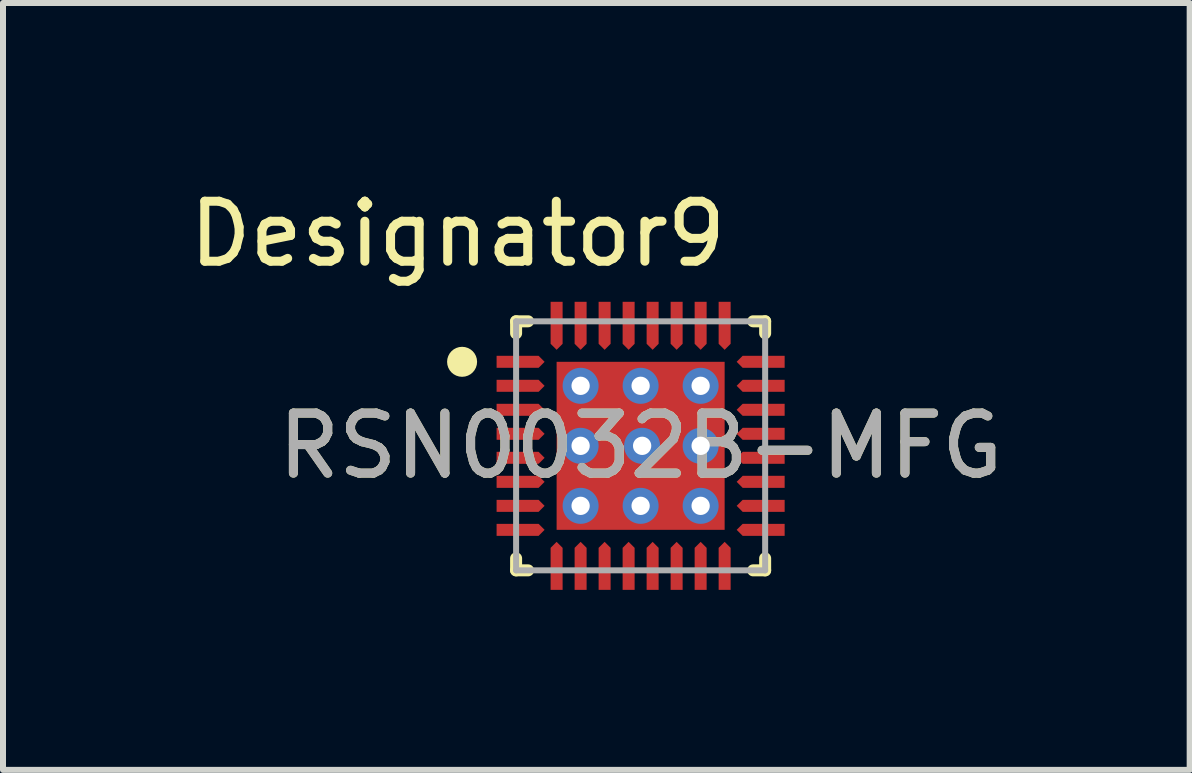
<source format=kicad_pcb>
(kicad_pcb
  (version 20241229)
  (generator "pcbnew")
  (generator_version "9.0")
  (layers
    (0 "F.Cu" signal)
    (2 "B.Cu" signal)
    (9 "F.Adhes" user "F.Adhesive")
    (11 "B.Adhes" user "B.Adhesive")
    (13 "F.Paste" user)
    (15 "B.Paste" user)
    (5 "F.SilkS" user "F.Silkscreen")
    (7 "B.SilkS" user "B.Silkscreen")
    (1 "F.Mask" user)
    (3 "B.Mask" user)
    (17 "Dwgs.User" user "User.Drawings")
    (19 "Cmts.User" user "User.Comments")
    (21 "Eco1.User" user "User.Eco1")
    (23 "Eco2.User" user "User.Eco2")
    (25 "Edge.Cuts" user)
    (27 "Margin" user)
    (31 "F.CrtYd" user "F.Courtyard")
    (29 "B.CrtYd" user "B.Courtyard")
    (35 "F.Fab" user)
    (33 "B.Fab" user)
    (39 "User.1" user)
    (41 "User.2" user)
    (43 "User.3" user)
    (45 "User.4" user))
  (footprint "RSN0032B-MFG"
    (layer "F.Cu")
    (at 7.625 4.379)
    (property "Reference" "RSN0032B-MFG" (at 0 0 0) (unlocked yes) (layer "F.SilkS") (effects (font (size 1 1) (thickness 0.15))))
    (attr smd)
    (fp_poly (pts (xy -2.4 -1.5) (xy -1.7 -1.5) (xy -1.6 -1.4) (xy -1.7 -1.3) (xy -2.4 -1.3)) (stroke (width 0) (type solid)) (fill yes) (layer "F.Cu"))
    (fp_poly (pts (xy -2.4 -1.1) (xy -1.7 -1.1) (xy -1.6 -1) (xy -1.7 -0.9) (xy -2.4 -0.9)) (stroke (width 0) (type solid)) (fill yes) (layer "F.Cu"))
    (fp_poly (pts (xy -2.4 -0.7) (xy -1.7 -0.7) (xy -1.6 -0.6) (xy -1.7 -0.5) (xy -2.4 -0.5)) (stroke (width 0) (type solid)) (fill yes) (layer "F.Cu"))
    (fp_poly (pts (xy -2.4 -0.3) (xy -1.7 -0.3) (xy -1.6 -0.2) (xy -1.7 -0.1) (xy -2.4 -0.1)) (stroke (width 0) (type solid)) (fill yes) (layer "F.Cu"))
    (fp_poly (pts (xy -2.4 0.1) (xy -1.7 0.1) (xy -1.6 0.2) (xy -1.7 0.3) (xy -2.4 0.3)) (stroke (width 0) (type solid)) (fill yes) (layer "F.Cu"))
    (fp_poly (pts (xy -2.4 0.5) (xy -1.7 0.5) (xy -1.6 0.6) (xy -1.7 0.7) (xy -2.4 0.7)) (stroke (width 0) (type solid)) (fill yes) (layer "F.Cu"))
    (fp_poly (pts (xy -2.4 0.9) (xy -1.7 0.9) (xy -1.6 1) (xy -1.7 1.1) (xy -2.4 1.1)) (stroke (width 0) (type solid)) (fill yes) (layer "F.Cu"))
    (fp_poly (pts (xy -2.4 1.3) (xy -1.7 1.3) (xy -1.6 1.4) (xy -1.7 1.5) (xy -2.4 1.5)) (stroke (width 0) (type solid)) (fill yes) (layer "F.Cu"))
    (fp_poly (pts (xy -1.5 2.4) (xy -1.5 1.7) (xy -1.4 1.6) (xy -1.3 1.7) (xy -1.3 2.4)) (stroke (width 0) (type solid)) (fill yes) (layer "F.Cu"))
    (fp_poly (pts (xy -1.3 -2.4) (xy -1.3 -1.7) (xy -1.4 -1.6) (xy -1.5 -1.7) (xy -1.5 -2.4)) (stroke (width 0) (type solid)) (fill yes) (layer "F.Cu"))
    (fp_poly (pts (xy -1.1 2.4) (xy -1.1 1.7) (xy -1 1.6) (xy -0.9 1.7) (xy -0.9 2.4)) (stroke (width 0) (type solid)) (fill yes) (layer "F.Cu"))
    (fp_poly (pts (xy -0.9 -2.4) (xy -0.9 -1.7) (xy -1 -1.6) (xy -1.1 -1.7) (xy -1.1 -2.4)) (stroke (width 0) (type solid)) (fill yes) (layer "F.Cu"))
    (fp_poly (pts (xy -0.7 2.4) (xy -0.7 1.7) (xy -0.6 1.6) (xy -0.5 1.7) (xy -0.5 2.4)) (stroke (width 0) (type solid)) (fill yes) (layer "F.Cu"))
    (fp_poly (pts (xy -0.5 -2.4) (xy -0.5 -1.7) (xy -0.6 -1.6) (xy -0.7 -1.7) (xy -0.7 -2.4)) (stroke (width 0) (type solid)) (fill yes) (layer "F.Cu"))
    (fp_poly (pts (xy -0.3 2.4) (xy -0.3 1.7) (xy -0.2 1.6) (xy -0.1 1.7) (xy -0.1 2.4)) (stroke (width 0) (type solid)) (fill yes) (layer "F.Cu"))
    (fp_poly (pts (xy -0.1 -2.4) (xy -0.1 -1.7) (xy -0.2 -1.6) (xy -0.3 -1.7) (xy -0.3 -2.4)) (stroke (width 0) (type solid)) (fill yes) (layer "F.Cu"))
    (fp_poly (pts (xy 0.1 2.4) (xy 0.1 1.7) (xy 0.2 1.6) (xy 0.3 1.7) (xy 0.3 2.4)) (stroke (width 0) (type solid)) (fill yes) (layer "F.Cu"))
    (fp_poly (pts (xy 0.3 -2.4) (xy 0.3 -1.7) (xy 0.2 -1.6) (xy 0.1 -1.7) (xy 0.1 -2.4)) (stroke (width 0) (type solid)) (fill yes) (layer "F.Cu"))
    (fp_poly (pts (xy 0.5 2.4) (xy 0.5 1.7) (xy 0.6 1.6) (xy 0.7 1.7) (xy 0.7 2.4)) (stroke (width 0) (type solid)) (fill yes) (layer "F.Cu"))
    (fp_poly (pts (xy 0.7 -2.4) (xy 0.7 -1.7) (xy 0.6 -1.6) (xy 0.5 -1.7) (xy 0.5 -2.4)) (stroke (width 0) (type solid)) (fill yes) (layer "F.Cu"))
    (fp_poly (pts (xy 0.9 2.4) (xy 0.9 1.7) (xy 1 1.6) (xy 1.1 1.7) (xy 1.1 2.4)) (stroke (width 0) (type solid)) (fill yes) (layer "F.Cu"))
    (fp_poly (pts (xy 1.1 -2.4) (xy 1.1 -1.7) (xy 1 -1.6) (xy 0.9 -1.7) (xy 0.9 -2.4)) (stroke (width 0) (type solid)) (fill yes) (layer "F.Cu"))
    (fp_poly (pts (xy 1.3 2.4) (xy 1.3 1.7) (xy 1.4 1.6) (xy 1.5 1.7) (xy 1.5 2.4)) (stroke (width 0) (type solid)) (fill yes) (layer "F.Cu"))
    (fp_poly (pts (xy 1.5 -2.4) (xy 1.5 -1.7) (xy 1.4 -1.6) (xy 1.3 -1.7) (xy 1.3 -2.4)) (stroke (width 0) (type solid)) (fill yes) (layer "F.Cu"))
    (fp_poly (pts (xy 2.4 -1.3) (xy 1.7 -1.3) (xy 1.6 -1.4) (xy 1.7 -1.5) (xy 2.4 -1.5)) (stroke (width 0) (type solid)) (fill yes) (layer "F.Cu"))
    (fp_poly (pts (xy 2.4 -0.9) (xy 1.7 -0.9) (xy 1.6 -1) (xy 1.7 -1.1) (xy 2.4 -1.1)) (stroke (width 0) (type solid)) (fill yes) (layer "F.Cu"))
    (fp_poly (pts (xy 2.4 -0.5) (xy 1.7 -0.5) (xy 1.6 -0.6) (xy 1.7 -0.7) (xy 2.4 -0.7)) (stroke (width 0) (type solid)) (fill yes) (layer "F.Cu"))
    (fp_poly (pts (xy 2.4 -0.1) (xy 1.7 -0.1) (xy 1.6 -0.2) (xy 1.7 -0.3) (xy 2.4 -0.3)) (stroke (width 0) (type solid)) (fill yes) (layer "F.Cu"))
    (fp_poly (pts (xy 2.4 0.3) (xy 1.7 0.3) (xy 1.6 0.2) (xy 1.7 0.1) (xy 2.4 0.1)) (stroke (width 0) (type solid)) (fill yes) (layer "F.Cu"))
    (fp_poly (pts (xy 2.4 0.7) (xy 1.7 0.7) (xy 1.6 0.6) (xy 1.7 0.5) (xy 2.4 0.5)) (stroke (width 0) (type solid)) (fill yes) (layer "F.Cu"))
    (fp_poly (pts (xy 2.4 1.1) (xy 1.7 1.1) (xy 1.6 1) (xy 1.7 0.9) (xy 2.4 0.9)) (stroke (width 0) (type solid)) (fill yes) (layer "F.Cu"))
    (fp_poly (pts (xy 2.4 1.5) (xy 1.7 1.5) (xy 1.6 1.4) (xy 1.7 1.3) (xy 2.4 1.3)) (stroke (width 0) (type solid)) (fill yes) (layer "F.Cu"))
    (fp_poly (pts (xy -2.4 -1.5) (xy -1.7 -1.5) (xy -1.6 -1.4) (xy -1.7 -1.3) (xy -2.4 -1.3)) (stroke (width 0) (type solid)) (fill yes) (layer "F.Mask"))
    (fp_poly (pts (xy -2.4 -1.1) (xy -1.7 -1.1) (xy -1.6 -1) (xy -1.7 -0.9) (xy -2.4 -0.9)) (stroke (width 0) (type solid)) (fill yes) (layer "F.Mask"))
    (fp_poly (pts (xy -2.4 -0.7) (xy -1.7 -0.7) (xy -1.6 -0.6) (xy -1.7 -0.5) (xy -2.4 -0.5)) (stroke (width 0) (type solid)) (fill yes) (layer "F.Mask"))
    (fp_poly (pts (xy -2.4 -0.3) (xy -1.7 -0.3) (xy -1.6 -0.2) (xy -1.7 -0.1) (xy -2.4 -0.1)) (stroke (width 0) (type solid)) (fill yes) (layer "F.Mask"))
    (fp_poly (pts (xy -2.4 0.1) (xy -1.7 0.1) (xy -1.6 0.2) (xy -1.7 0.3) (xy -2.4 0.3)) (stroke (width 0) (type solid)) (fill yes) (layer "F.Mask"))
    (fp_poly (pts (xy -2.4 0.5) (xy -1.7 0.5) (xy -1.6 0.6) (xy -1.7 0.7) (xy -2.4 0.7)) (stroke (width 0) (type solid)) (fill yes) (layer "F.Mask"))
    (fp_poly (pts (xy -2.4 0.9) (xy -1.7 0.9) (xy -1.6 1) (xy -1.7 1.1) (xy -2.4 1.1)) (stroke (width 0) (type solid)) (fill yes) (layer "F.Mask"))
    (fp_poly (pts (xy -2.4 1.3) (xy -1.7 1.3) (xy -1.6 1.4) (xy -1.7 1.5) (xy -2.4 1.5)) (stroke (width 0) (type solid)) (fill yes) (layer "F.Mask"))
    (fp_poly (pts (xy -1.5 2.4) (xy -1.5 1.7) (xy -1.4 1.6) (xy -1.3 1.7) (xy -1.3 2.4)) (stroke (width 0) (type solid)) (fill yes) (layer "F.Mask"))
    (fp_poly (pts (xy -1.3 -2.4) (xy -1.3 -1.7) (xy -1.4 -1.6) (xy -1.5 -1.7) (xy -1.5 -2.4)) (stroke (width 0) (type solid)) (fill yes) (layer "F.Mask"))
    (fp_poly (pts (xy -1.1 2.4) (xy -1.1 1.7) (xy -1 1.6) (xy -0.9 1.7) (xy -0.9 2.4)) (stroke (width 0) (type solid)) (fill yes) (layer "F.Mask"))
    (fp_poly (pts (xy -0.9 -2.4) (xy -0.9 -1.7) (xy -1 -1.6) (xy -1.1 -1.7) (xy -1.1 -2.4)) (stroke (width 0) (type solid)) (fill yes) (layer "F.Mask"))
    (fp_poly (pts (xy -0.7 2.4) (xy -0.7 1.7) (xy -0.6 1.6) (xy -0.5 1.7) (xy -0.5 2.4)) (stroke (width 0) (type solid)) (fill yes) (layer "F.Mask"))
    (fp_poly (pts (xy -0.5 -2.4) (xy -0.5 -1.7) (xy -0.6 -1.6) (xy -0.7 -1.7) (xy -0.7 -2.4)) (stroke (width 0) (type solid)) (fill yes) (layer "F.Mask"))
    (fp_poly (pts (xy -0.3 2.4) (xy -0.3 1.7) (xy -0.2 1.6) (xy -0.1 1.7) (xy -0.1 2.4)) (stroke (width 0) (type solid)) (fill yes) (layer "F.Mask"))
    (fp_poly (pts (xy -0.1 -2.4) (xy -0.1 -1.7) (xy -0.2 -1.6) (xy -0.3 -1.7) (xy -0.3 -2.4)) (stroke (width 0) (type solid)) (fill yes) (layer "F.Mask"))
    (fp_poly (pts (xy 0.1 2.4) (xy 0.1 1.7) (xy 0.2 1.6) (xy 0.3 1.7) (xy 0.3 2.4)) (stroke (width 0) (type solid)) (fill yes) (layer "F.Mask"))
    (fp_poly (pts (xy 0.3 -2.4) (xy 0.3 -1.7) (xy 0.2 -1.6) (xy 0.1 -1.7) (xy 0.1 -2.4)) (stroke (width 0) (type solid)) (fill yes) (layer "F.Mask"))
    (fp_poly (pts (xy 0.5 2.4) (xy 0.5 1.7) (xy 0.6 1.6) (xy 0.7 1.7) (xy 0.7 2.4)) (stroke (width 0) (type solid)) (fill yes) (layer "F.Mask"))
    (fp_poly (pts (xy 0.7 -2.4) (xy 0.7 -1.7) (xy 0.6 -1.6) (xy 0.5 -1.7) (xy 0.5 -2.4)) (stroke (width 0) (type solid)) (fill yes) (layer "F.Mask"))
    (fp_poly (pts (xy 0.9 2.4) (xy 0.9 1.7) (xy 1 1.6) (xy 1.1 1.7) (xy 1.1 2.4)) (stroke (width 0) (type solid)) (fill yes) (layer "F.Mask"))
    (fp_poly (pts (xy 1.1 -2.4) (xy 1.1 -1.7) (xy 1 -1.6) (xy 0.9 -1.7) (xy 0.9 -2.4)) (stroke (width 0) (type solid)) (fill yes) (layer "F.Mask"))
    (fp_poly (pts (xy 1.3 2.4) (xy 1.3 1.7) (xy 1.4 1.6) (xy 1.5 1.7) (xy 1.5 2.4)) (stroke (width 0) (type solid)) (fill yes) (layer "F.Mask"))
    (fp_poly (pts (xy 1.5 -2.4) (xy 1.5 -1.7) (xy 1.4 -1.6) (xy 1.3 -1.7) (xy 1.3 -2.4)) (stroke (width 0) (type solid)) (fill yes) (layer "F.Mask"))
    (fp_poly (pts (xy 2.4 -1.3) (xy 1.7 -1.3) (xy 1.6 -1.4) (xy 1.7 -1.5) (xy 2.4 -1.5)) (stroke (width 0) (type solid)) (fill yes) (layer "F.Mask"))
    (fp_poly (pts (xy 2.4 -0.9) (xy 1.7 -0.9) (xy 1.6 -1) (xy 1.7 -1.1) (xy 2.4 -1.1)) (stroke (width 0) (type solid)) (fill yes) (layer "F.Mask"))
    (fp_poly (pts (xy 2.4 -0.5) (xy 1.7 -0.5) (xy 1.6 -0.6) (xy 1.7 -0.7) (xy 2.4 -0.7)) (stroke (width 0) (type solid)) (fill yes) (layer "F.Mask"))
    (fp_poly (pts (xy 2.4 -0.1) (xy 1.7 -0.1) (xy 1.6 -0.2) (xy 1.7 -0.3) (xy 2.4 -0.3)) (stroke (width 0) (type solid)) (fill yes) (layer "F.Mask"))
    (fp_poly (pts (xy 2.4 0.3) (xy 1.7 0.3) (xy 1.6 0.2) (xy 1.7 0.1) (xy 2.4 0.1)) (stroke (width 0) (type solid)) (fill yes) (layer "F.Mask"))
    (fp_poly (pts (xy 2.4 0.7) (xy 1.7 0.7) (xy 1.6 0.6) (xy 1.7 0.5) (xy 2.4 0.5)) (stroke (width 0) (type solid)) (fill yes) (layer "F.Mask"))
    (fp_poly (pts (xy 2.4 1.1) (xy 1.7 1.1) (xy 1.6 1) (xy 1.7 0.9) (xy 2.4 0.9)) (stroke (width 0) (type solid)) (fill yes) (layer "F.Mask"))
    (fp_poly (pts (xy 2.4 1.5) (xy 1.7 1.5) (xy 1.6 1.4) (xy 1.7 1.3) (xy 2.4 1.3)) (stroke (width 0) (type solid)) (fill yes) (layer "F.Mask"))
    (fp_line (start -2.075 -2.075) (end -1.875 -2.075) (stroke (width 0.2) (type solid)) (layer "F.SilkS"))
    (fp_line (start -2.075 -1.875) (end -2.075 -2.075) (stroke (width 0.2) (type solid)) (layer "F.SilkS"))
    (fp_line (start -2.075 2.075) (end -2.075 1.875) (stroke (width 0.2) (type solid)) (layer "F.SilkS"))
    (fp_line (start -2.075 2.075) (end -1.875 2.075) (stroke (width 0.2) (type solid)) (layer "F.SilkS"))
    (fp_line (start 1.875 -2.075) (end 2.075 -2.075) (stroke (width 0.2) (type solid)) (layer "F.SilkS"))
    (fp_line (start 1.875 2.075) (end 2.075 2.075) (stroke (width 0.2) (type solid)) (layer "F.SilkS"))
    (fp_line (start 2.075 -1.875) (end 2.075 -2.075) (stroke (width 0.2) (type solid)) (layer "F.SilkS"))
    (fp_line (start 2.075 2.075) (end 2.075 1.875) (stroke (width 0.2) (type solid)) (layer "F.SilkS"))
    (fp_circle (center -2.975 -1.4) (end -2.85 -1.4) (stroke (width 0.25) (type solid)) (fill no) (layer "F.SilkS"))
    (fp_poly (pts (xy -2.4 -1.5) (xy -1.7 -1.5) (xy -1.6 -1.4) (xy -1.7 -1.3) (xy -2.4 -1.3)) (stroke (width 0) (type solid)) (fill yes) (layer "F.Paste"))
    (fp_poly (pts (xy -2.4 -1.1) (xy -1.7 -1.1) (xy -1.6 -1) (xy -1.7 -0.9) (xy -2.4 -0.9)) (stroke (width 0) (type solid)) (fill yes) (layer "F.Paste"))
    (fp_poly (pts (xy -2.4 -0.7) (xy -1.7 -0.7) (xy -1.6 -0.6) (xy -1.7 -0.5) (xy -2.4 -0.5)) (stroke (width 0) (type solid)) (fill yes) (layer "F.Paste"))
    (fp_poly (pts (xy -2.4 -0.3) (xy -1.7 -0.3) (xy -1.6 -0.2) (xy -1.7 -0.1) (xy -2.4 -0.1)) (stroke (width 0) (type solid)) (fill yes) (layer "F.Paste"))
    (fp_poly (pts (xy -2.4 0.1) (xy -1.7 0.1) (xy -1.6 0.2) (xy -1.7 0.3) (xy -2.4 0.3)) (stroke (width 0) (type solid)) (fill yes) (layer "F.Paste"))
    (fp_poly (pts (xy -2.4 0.5) (xy -1.7 0.5) (xy -1.6 0.6) (xy -1.7 0.7) (xy -2.4 0.7)) (stroke (width 0) (type solid)) (fill yes) (layer "F.Paste"))
    (fp_poly (pts (xy -2.4 0.9) (xy -1.7 0.9) (xy -1.6 1) (xy -1.7 1.1) (xy -2.4 1.1)) (stroke (width 0) (type solid)) (fill yes) (layer "F.Paste"))
    (fp_poly (pts (xy -2.4 1.3) (xy -1.7 1.3) (xy -1.6 1.4) (xy -1.7 1.5) (xy -2.4 1.5)) (stroke (width 0) (type solid)) (fill yes) (layer "F.Paste"))
    (fp_poly (pts (xy -1.5 2.4) (xy -1.5 1.7) (xy -1.4 1.6) (xy -1.3 1.7) (xy -1.3 2.4)) (stroke (width 0) (type solid)) (fill yes) (layer "F.Paste"))
    (fp_poly (pts (xy -1.3 -2.4) (xy -1.3 -1.7) (xy -1.4 -1.6) (xy -1.5 -1.7) (xy -1.5 -2.4)) (stroke (width 0) (type solid)) (fill yes) (layer "F.Paste"))
    (fp_poly (pts (xy -1.1 2.4) (xy -1.1 1.7) (xy -1 1.6) (xy -0.9 1.7) (xy -0.9 2.4)) (stroke (width 0) (type solid)) (fill yes) (layer "F.Paste"))
    (fp_poly (pts (xy -0.9 -2.4) (xy -0.9 -1.7) (xy -1 -1.6) (xy -1.1 -1.7) (xy -1.1 -2.4)) (stroke (width 0) (type solid)) (fill yes) (layer "F.Paste"))
    (fp_poly (pts (xy -0.7 2.4) (xy -0.7 1.7) (xy -0.6 1.6) (xy -0.5 1.7) (xy -0.5 2.4)) (stroke (width 0) (type solid)) (fill yes) (layer "F.Paste"))
    (fp_poly (pts (xy -0.5 -2.4) (xy -0.5 -1.7) (xy -0.6 -1.6) (xy -0.7 -1.7) (xy -0.7 -2.4)) (stroke (width 0) (type solid)) (fill yes) (layer "F.Paste"))
    (fp_poly (pts (xy -0.3 2.4) (xy -0.3 1.7) (xy -0.2 1.6) (xy -0.1 1.7) (xy -0.1 2.4)) (stroke (width 0) (type solid)) (fill yes) (layer "F.Paste"))
    (fp_poly (pts (xy -0.1 -2.4) (xy -0.1 -1.7) (xy -0.2 -1.6) (xy -0.3 -1.7) (xy -0.3 -2.4)) (stroke (width 0) (type solid)) (fill yes) (layer "F.Paste"))
    (fp_poly (pts (xy 0.1 2.4) (xy 0.1 1.7) (xy 0.2 1.6) (xy 0.3 1.7) (xy 0.3 2.4)) (stroke (width 0) (type solid)) (fill yes) (layer "F.Paste"))
    (fp_poly (pts (xy 0.3 -2.4) (xy 0.3 -1.7) (xy 0.2 -1.6) (xy 0.1 -1.7) (xy 0.1 -2.4)) (stroke (width 0) (type solid)) (fill yes) (layer "F.Paste"))
    (fp_poly (pts (xy 0.5 2.4) (xy 0.5 1.7) (xy 0.6 1.6) (xy 0.7 1.7) (xy 0.7 2.4)) (stroke (width 0) (type solid)) (fill yes) (layer "F.Paste"))
    (fp_poly (pts (xy 0.7 -2.4) (xy 0.7 -1.7) (xy 0.6 -1.6) (xy 0.5 -1.7) (xy 0.5 -2.4)) (stroke (width 0) (type solid)) (fill yes) (layer "F.Paste"))
    (fp_poly (pts (xy 0.9 2.4) (xy 0.9 1.7) (xy 1 1.6) (xy 1.1 1.7) (xy 1.1 2.4)) (stroke (width 0) (type solid)) (fill yes) (layer "F.Paste"))
    (fp_poly (pts (xy 1.1 -2.4) (xy 1.1 -1.7) (xy 1 -1.6) (xy 0.9 -1.7) (xy 0.9 -2.4)) (stroke (width 0) (type solid)) (fill yes) (layer "F.Paste"))
    (fp_poly (pts (xy 1.3 2.4) (xy 1.3 1.7) (xy 1.4 1.6) (xy 1.5 1.7) (xy 1.5 2.4)) (stroke (width 0) (type solid)) (fill yes) (layer "F.Paste"))
    (fp_poly (pts (xy 1.5 -2.4) (xy 1.5 -1.7) (xy 1.4 -1.6) (xy 1.3 -1.7) (xy 1.3 -2.4)) (stroke (width 0) (type solid)) (fill yes) (layer "F.Paste"))
    (fp_poly (pts (xy 2.4 -1.3) (xy 1.7 -1.3) (xy 1.6 -1.4) (xy 1.7 -1.5) (xy 2.4 -1.5)) (stroke (width 0) (type solid)) (fill yes) (layer "F.Paste"))
    (fp_poly (pts (xy 2.4 -0.9) (xy 1.7 -0.9) (xy 1.6 -1) (xy 1.7 -1.1) (xy 2.4 -1.1)) (stroke (width 0) (type solid)) (fill yes) (layer "F.Paste"))
    (fp_poly (pts (xy 2.4 -0.5) (xy 1.7 -0.5) (xy 1.6 -0.6) (xy 1.7 -0.7) (xy 2.4 -0.7)) (stroke (width 0) (type solid)) (fill yes) (layer "F.Paste"))
    (fp_poly (pts (xy 2.4 -0.1) (xy 1.7 -0.1) (xy 1.6 -0.2) (xy 1.7 -0.3) (xy 2.4 -0.3)) (stroke (width 0) (type solid)) (fill yes) (layer "F.Paste"))
    (fp_poly (pts (xy 2.4 0.3) (xy 1.7 0.3) (xy 1.6 0.2) (xy 1.7 0.1) (xy 2.4 0.1)) (stroke (width 0) (type solid)) (fill yes) (layer "F.Paste"))
    (fp_poly (pts (xy 2.4 0.7) (xy 1.7 0.7) (xy 1.6 0.6) (xy 1.7 0.5) (xy 2.4 0.5)) (stroke (width 0) (type solid)) (fill yes) (layer "F.Paste"))
    (fp_poly (pts (xy 2.4 1.1) (xy 1.7 1.1) (xy 1.6 1) (xy 1.7 0.9) (xy 2.4 0.9)) (stroke (width 0) (type solid)) (fill yes) (layer "F.Paste"))
    (fp_poly (pts (xy 2.4 1.5) (xy 1.7 1.5) (xy 1.6 1.4) (xy 1.7 1.3) (xy 2.4 1.3)) (stroke (width 0) (type solid)) (fill yes) (layer "F.Paste"))
    (fp_poly (pts (xy -0.2 -1.35) (xy -0.15 -1.3) (xy -0.15 -0.2) (xy -0.2 -0.15) (xy -1.3 -0.15) (xy -1.35 -0.2) (xy -1.35 -1.3) (xy -1.3 -1.35)) (stroke (width 0) (type solid)) (fill yes) (layer "F.Paste"))
    (fp_poly (pts (xy -0.2 1.35) (xy -1.3 1.35) (xy -1.35 1.3) (xy -1.35 0.2) (xy -1.3 0.15) (xy -0.2 0.15) (xy -0.15 0.2) (xy -0.15 1.3)) (stroke (width 0) (type solid)) (fill yes) (layer "F.Paste"))
    (fp_poly (pts (xy 0.15 -1.3) (xy 0.2 -1.35) (xy 1.3 -1.35) (xy 1.35 -1.3) (xy 1.35 -0.2) (xy 1.3 -0.15) (xy 0.2 -0.15) (xy 0.15 -0.2)) (stroke (width 0) (type solid)) (fill yes) (layer "F.Paste"))
    (fp_poly (pts (xy 0.15 1.3) (xy 0.15 0.2) (xy 0.2 0.15) (xy 1.3 0.15) (xy 1.35 0.2) (xy 1.35 1.3) (xy 1.3 1.35) (xy 0.2 1.35)) (stroke (width 0) (type solid)) (fill yes) (layer "F.Paste"))
    (fp_line (start -2.075 -2.075) (end 2.075 -2.075) (stroke (width 0.1) (type solid)) (layer "F.Fab"))
    (fp_line (start -2.075 2.075) (end -2.075 -2.075) (stroke (width 0.1) (type solid)) (layer "F.Fab"))
    (fp_line (start -2.075 2.075) (end 2.075 2.075) (stroke (width 0.1) (type solid)) (layer "F.Fab"))
    (fp_line (start 2.075 2.075) (end 2.075 -2.075) (stroke (width 0.1) (type solid)) (layer "F.Fab"))
    (fp_text user "Designator9" (at -3.048 -3.531 0) (unlocked yes) (layer "F.SilkS") (effects (font (size 1 1) (thickness 0.15))))
    (fp_text user "${REFERENCE}" (at 0 0 0) (unlocked yes) (layer "F.Fab") (effects (font (size 1 1) (thickness 0.15))))
    (pad "1" smd circle (at -2.01 -1.4) (size 0.18 0.18) (layers "F.Cu" "F.Mask" "F.Paste"))
    (pad "2" smd circle (at -2.01 -1) (size 0.18 0.18) (layers "F.Cu" "F.Mask" "F.Paste"))
    (pad "3" smd circle (at -2.01 -0.6) (size 0.18 0.18) (layers "F.Cu" "F.Mask" "F.Paste"))
    (pad "4" smd circle (at -2.01 -0.2) (size 0.18 0.18) (layers "F.Cu" "F.Mask" "F.Paste"))
    (pad "5" smd circle (at -2 0.2) (size 0.18 0.18) (layers "F.Cu" "F.Mask" "F.Paste"))
    (pad "6" smd circle (at -2 0.6) (size 0.18 0.18) (layers "F.Cu" "F.Mask" "F.Paste"))
    (pad "7" smd circle (at -2 1) (size 0.18 0.18) (layers "F.Cu" "F.Mask" "F.Paste"))
    (pad "8" smd circle (at -2 1.4) (size 0.18 0.18) (layers "F.Cu" "F.Mask" "F.Paste"))
    (pad "9" smd circle (at -1.4 2.01) (size 0.18 0.18) (layers "F.Cu" "F.Mask" "F.Paste"))
    (pad "10" smd circle (at -1 2.01) (size 0.18 0.18) (layers "F.Cu" "F.Mask" "F.Paste"))
    (pad "11" smd circle (at -0.6 2.01) (size 0.18 0.18) (layers "F.Cu" "F.Mask" "F.Paste"))
    (pad "12" smd circle (at -0.2 2.01) (size 0.18 0.18) (layers "F.Cu" "F.Mask" "F.Paste"))
    (pad "13" smd circle (at 0.2 2) (size 0.18 0.18) (layers "F.Cu" "F.Mask" "F.Paste"))
    (pad "14" smd circle (at 0.6 2) (size 0.18 0.18) (layers "F.Cu" "F.Mask" "F.Paste"))
    (pad "15" smd circle (at 1 2) (size 0.18 0.18) (layers "F.Cu" "F.Mask" "F.Paste"))
    (pad "16" smd circle (at 1.4 2) (size 0.18 0.18) (layers "F.Cu" "F.Mask" "F.Paste"))
    (pad "17" smd circle (at 2.01 1.4) (size 0.18 0.18) (layers "F.Cu" "F.Mask" "F.Paste"))
    (pad "18" smd circle (at 2.01 1) (size 0.18 0.18) (layers "F.Cu" "F.Mask" "F.Paste"))
    (pad "19" smd circle (at 2.01 0.6) (size 0.18 0.18) (layers "F.Cu" "F.Mask" "F.Paste"))
    (pad "20" smd circle (at 2.01 0.2) (size 0.18 0.18) (layers "F.Cu" "F.Mask" "F.Paste"))
    (pad "21" smd circle (at 2 -0.2) (size 0.18 0.18) (layers "F.Cu" "F.Mask" "F.Paste"))
    (pad "22" smd circle (at 2 -0.6) (size 0.18 0.18) (layers "F.Cu" "F.Mask" "F.Paste"))
    (pad "23" smd circle (at 2 -1) (size 0.18 0.18) (layers "F.Cu" "F.Mask" "F.Paste"))
    (pad "24" smd circle (at 2 -1.4) (size 0.18 0.18) (layers "F.Cu" "F.Mask" "F.Paste"))
    (pad "25" smd circle (at 1.4 -2.01) (size 0.18 0.18) (layers "F.Cu" "F.Mask" "F.Paste"))
    (pad "26" smd circle (at 1 -2.01) (size 0.18 0.18) (layers "F.Cu" "F.Mask" "F.Paste"))
    (pad "27" smd circle (at 0.6 -2.01) (size 0.18 0.18) (layers "F.Cu" "F.Mask" "F.Paste"))
    (pad "28" smd circle (at 0.2 -2.01) (size 0.18 0.18) (layers "F.Cu" "F.Mask" "F.Paste"))
    (pad "29" smd circle (at -0.2 -2) (size 0.18 0.18) (layers "F.Cu" "F.Mask" "F.Paste"))
    (pad "30" smd circle (at -0.6 -2) (size 0.18 0.18) (layers "F.Cu" "F.Mask" "F.Paste"))
    (pad "31" smd circle (at -1 -2) (size 0.18 0.18) (layers "F.Cu" "F.Mask" "F.Paste"))
    (pad "32" smd circle (at -1.4 -2) (size 0.18 0.18) (layers "F.Cu" "F.Mask" "F.Paste"))
    (pad "33" smd rect (at 0 0) (size 2.8 2.8) (layers "F.Cu" "F.Mask"))
    (pad "34" thru_hole circle (at 1 1) (size 0.6 0.6) (drill 0.305) (layers "*.Cu" "*.Mask"))
    (pad "35" thru_hole circle (at 0 1) (size 0.6 0.6) (drill 0.305) (layers "*.Cu" "*.Mask"))
    (pad "36" thru_hole circle (at -1 1) (size 0.6 0.6) (drill 0.305) (layers "*.Cu" "*.Mask"))
    (pad "37" thru_hole circle (at 1 0) (size 0.6 0.6) (drill 0.305) (layers "*.Cu" "*.Mask"))
    (pad "38" thru_hole circle (at 0.025 0) (size 0.6 0.6) (drill 0.305) (layers "*.Cu" "*.Mask"))
    (pad "39" thru_hole circle (at -1 0) (size 0.6 0.6) (drill 0.305) (layers "*.Cu" "*.Mask"))
    (pad "40" thru_hole circle (at 1 -1) (size 0.6 0.6) (drill 0.305) (layers "*.Cu" "*.Mask"))
    (pad "41" thru_hole circle (at 0 -1) (size 0.6 0.6) (drill 0.305) (layers "*.Cu" "*.Mask"))
    (pad "42" thru_hole circle (at -1 -1) (size 0.6 0.6) (drill 0.305) (layers "*.Cu" "*.Mask")))
  (gr_rect
    (start -3 -3)
    (end 16.774 9.779)
    (stroke (width 0.1) (type default))
    (fill no)
    (layer "Edge.Cuts")))
</source>
